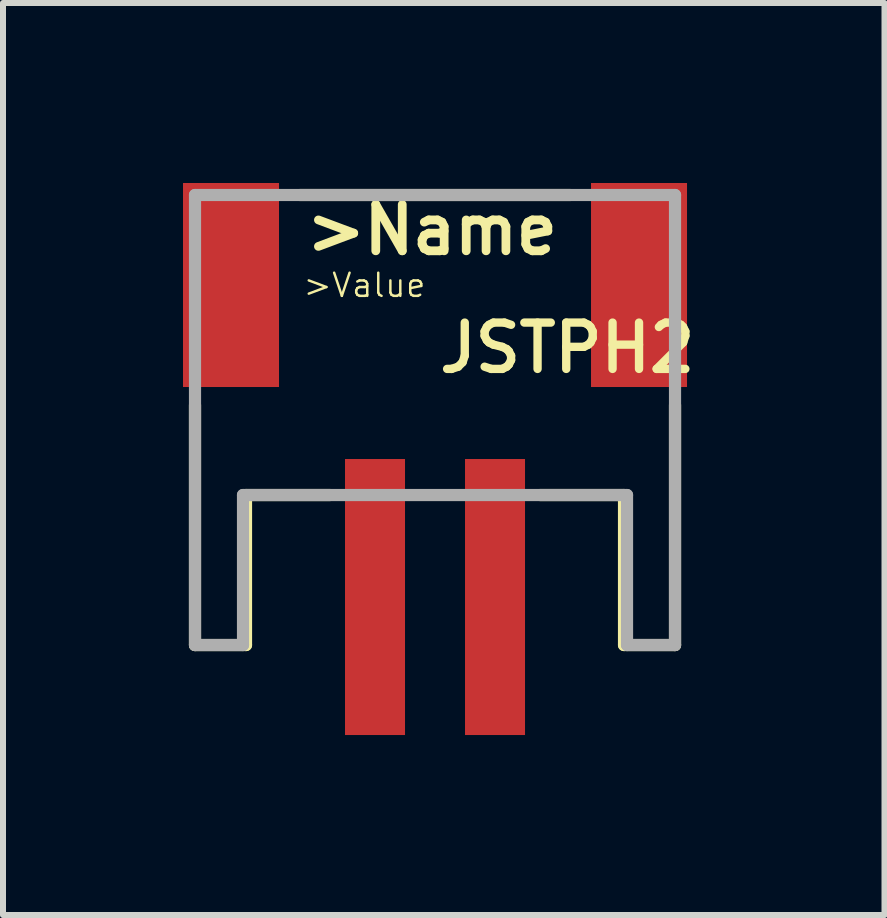
<source format=kicad_pcb>
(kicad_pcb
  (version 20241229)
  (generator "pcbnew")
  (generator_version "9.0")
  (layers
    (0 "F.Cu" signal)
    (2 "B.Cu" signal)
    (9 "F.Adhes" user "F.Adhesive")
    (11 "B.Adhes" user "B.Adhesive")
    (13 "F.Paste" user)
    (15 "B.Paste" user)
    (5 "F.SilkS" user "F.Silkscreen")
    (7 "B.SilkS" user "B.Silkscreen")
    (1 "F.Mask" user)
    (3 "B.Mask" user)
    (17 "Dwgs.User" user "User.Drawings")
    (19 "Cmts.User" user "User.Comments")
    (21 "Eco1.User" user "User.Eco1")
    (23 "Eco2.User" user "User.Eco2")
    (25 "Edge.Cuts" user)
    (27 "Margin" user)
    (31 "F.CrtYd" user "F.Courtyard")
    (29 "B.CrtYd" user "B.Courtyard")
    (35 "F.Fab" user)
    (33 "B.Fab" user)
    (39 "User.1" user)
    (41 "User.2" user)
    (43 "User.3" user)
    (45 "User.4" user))
  (footprint "JSTPH2"
    (layer "F.Cu")
    (at 4.2 3.2)
    (property "Reference" "JSTPH2" (at 0 0 0) (layer "F.SilkS") (effects (font (size 0.772 0.772) (thickness 0.139)) (justify left bottom)))
    (attr through_hole)
    (fp_line (start -4 4.5) (end -4 0.5) (stroke (width 0.203) (type solid)) (layer "F.SilkS"))
    (fp_line (start -3.15 2) (end -3.15 4.5) (stroke (width 0.203) (type solid)) (layer "F.SilkS"))
    (fp_line (start -3.15 4.5) (end -4 4.5) (stroke (width 0.203) (type solid)) (layer "F.SilkS"))
    (fp_line (start -2.25 -3) (end 2.25 -3) (stroke (width 0.203) (type solid)) (layer "F.SilkS"))
    (fp_line (start -1.75 2) (end -3.15 2) (stroke (width 0.203) (type solid)) (layer "F.SilkS"))
    (fp_line (start 3.15 2) (end 1.75 2) (stroke (width 0.203) (type solid)) (layer "F.SilkS"))
    (fp_line (start 3.15 4.5) (end 3.15 2) (stroke (width 0.203) (type solid)) (layer "F.SilkS"))
    (fp_line (start 4 0.5) (end 4 4.5) (stroke (width 0.203) (type solid)) (layer "F.SilkS"))
    (fp_line (start 4 4.5) (end 3.15 4.5) (stroke (width 0.203) (type solid)) (layer "F.SilkS"))
    (fp_line (start -4 -3) (end 4 -3) (stroke (width 0.203) (type solid)) (layer "F.Fab"))
    (fp_line (start -4 4.5) (end -4 -3) (stroke (width 0.203) (type solid)) (layer "F.Fab"))
    (fp_line (start -3.2 2) (end -3.2 4.5) (stroke (width 0.203) (type solid)) (layer "F.Fab"))
    (fp_line (start -3.2 4.5) (end -4 4.5) (stroke (width 0.203) (type solid)) (layer "F.Fab"))
    (fp_line (start 3.2 2) (end -3.2 2) (stroke (width 0.203) (type solid)) (layer "F.Fab"))
    (fp_line (start 3.2 4.5) (end 3.2 2) (stroke (width 0.203) (type solid)) (layer "F.Fab"))
    (fp_line (start 4 -3) (end 4 4.5) (stroke (width 0.203) (type solid)) (layer "F.Fab"))
    (fp_line (start 4 4.5) (end 3.2 4.5) (stroke (width 0.203) (type solid)) (layer "F.Fab"))
    (fp_text user ">Value" (at -2.223 -1.27 0) (layer "F.SilkS") (effects (font (size 0.386 0.386) (thickness 0.041)) (justify left bottom)))
    (fp_text user ">Name" (at -2.223 -1.968 0) (layer "F.SilkS") (effects (font (size 0.772 0.772) (thickness 0.146)) (justify left bottom)))
    (pad "1" smd rect (at -1 3.7) (size 1 4.6) (layers "F.Cu" "F.Mask" "F.Paste"))
    (pad "2" smd rect (at 1 3.7) (size 1 4.6) (layers "F.Cu" "F.Mask" "F.Paste"))
    (pad "NC1" smd rect (at -3.4 -1.5 90) (size 3.4 1.6) (layers "F.Cu" "F.Mask" "F.Paste"))
    (pad "NC2" smd rect (at 3.4 -1.5 90) (size 3.4 1.6) (layers "F.Cu" "F.Mask" "F.Paste")))
  (gr_rect
    (start -3 -3)
    (end 11.691 12.2)
    (stroke (width 0.1) (type default))
    (fill no)
    (layer "Edge.Cuts")))
</source>
